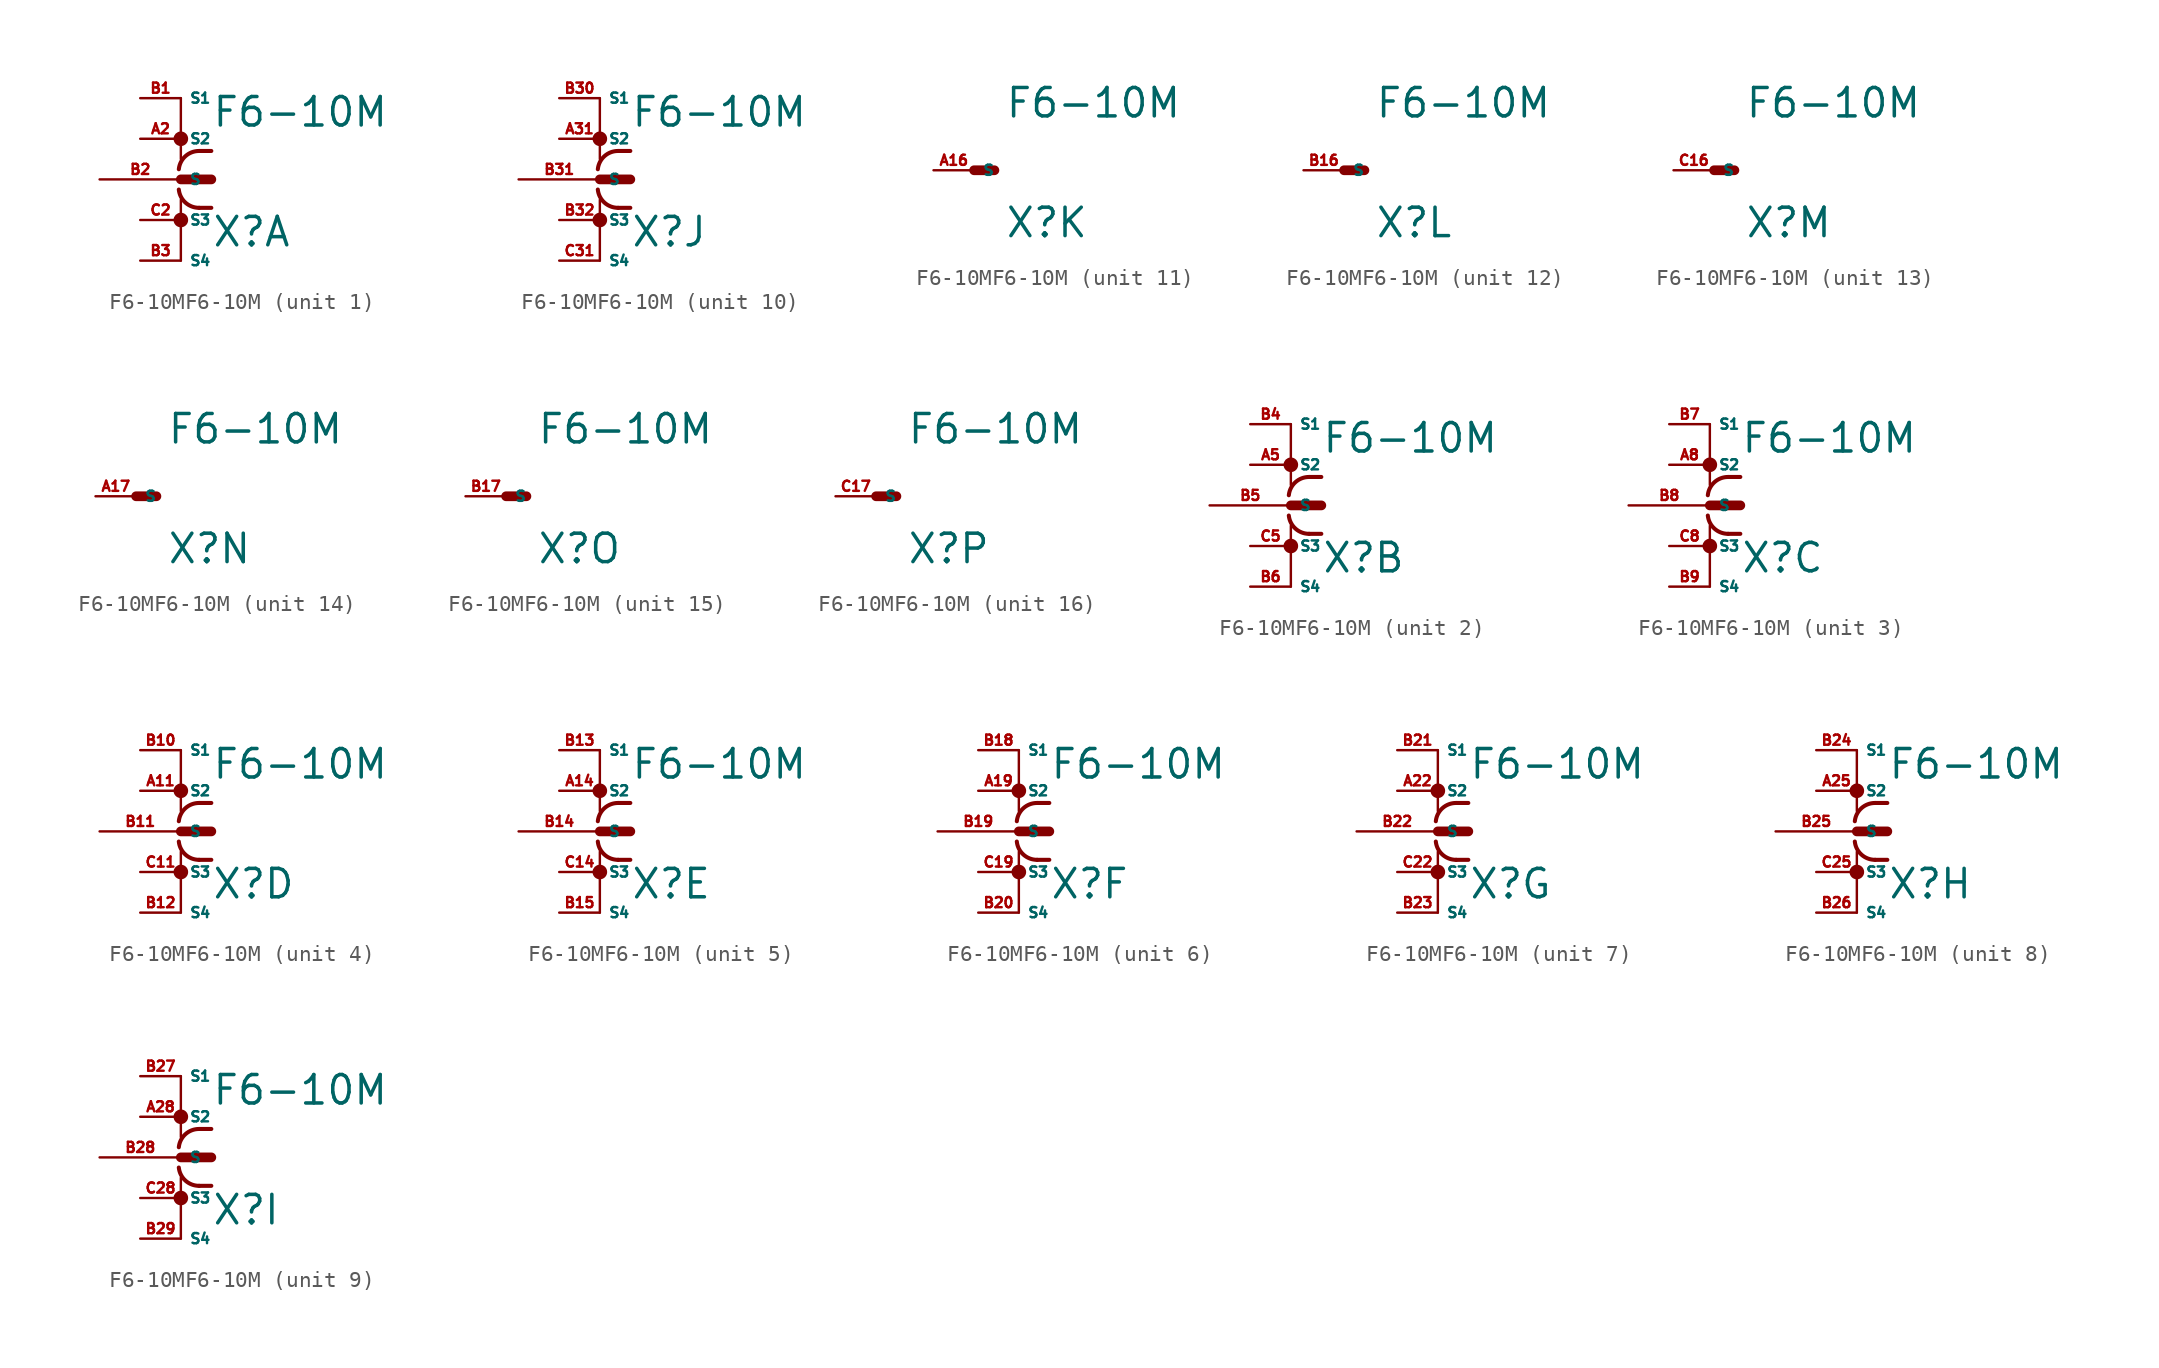
<source format=kicad_sym>
(kicad_symbol_lib
  (version 20220914)
  (generator Eagle2Kicad)
  (symbol "F6-10MF6-10M"
    (property "Reference" "X"
      (at 1.905 -4.318 0)
      (effects (font (size 1.778 1.778) (thickness 0.22)) (justify left bottom)))
    (property "Value" "F6-10M"
      (at 1.905 3.175 0)
      (effects (font (size 1.778 1.778) (thickness 0.22)) (justify left bottom)))
    (symbol "F6-10MF6-10M_1_0"
      (polyline (pts (xy 0 0) (xy 1.905 0)) (stroke (width 0.61) (type default)) (fill (type none)))
      (polyline (pts (xy 0 5.08) (xy 0 1.27)) (stroke (width 0.152) (type default)) (fill (type none)))
      (polyline (pts (xy 0 -5.08) (xy 0 -1.27)) (stroke (width 0.152) (type default)) (fill (type none)))
      (polyline (pts (xy 1.905 1.778) (xy 1.143 1.778)) (stroke (width 0.254) (type default)) (fill (type none)))
      (polyline (pts (xy 1.905 -1.778) (xy 1.143 -1.778)) (stroke (width 0.254) (type default)) (fill (type none)))
      (arc (start 1.143 1.778) (mid 0.287 1.452) (end -0.127 0.635) (stroke (width 0.254) (type default)) (fill (type none)))
      (arc (start -0.127 -0.635) (mid 0.287 -1.452) (end 1.143 -1.778) (stroke (width 0.254) (type default)) (fill (type none)))
      (circle (center 0 2.54) (radius 0.254) (stroke (width 0.406) (type default)) (fill (type none)))
      (circle (center 0 -2.54) (radius 0.254) (stroke (width 0.406) (type default)) (fill (type none)))
      (pin passive line (at -5.08 0 0) (length 5.08) (name "S" (effects (font (size 0.635 0.635) (thickness 0.08)) (justify left bottom))) (number "B2" (effects (font (size 0.635 0.635) (thickness 0.08)) (justify left bottom))))
      (pin passive line (at -2.54 5.08 0) (length 2.54) (name "S1" (effects (font (size 0.635 0.635) (thickness 0.08)) (justify left bottom))) (number "B1" (effects (font (size 0.635 0.635) (thickness 0.08)) (justify left bottom))))
      (pin passive line (at -2.54 2.54 0) (length 2.54) (name "S2" (effects (font (size 0.635 0.635) (thickness 0.08)) (justify left bottom))) (number "A2" (effects (font (size 0.635 0.635) (thickness 0.08)) (justify left bottom))))
      (pin passive line (at -2.54 -2.54 0) (length 2.54) (name "S3" (effects (font (size 0.635 0.635) (thickness 0.08)) (justify left bottom))) (number "C2" (effects (font (size 0.635 0.635) (thickness 0.08)) (justify left bottom))))
      (pin passive line (at -2.54 -5.08 0) (length 2.54) (name "S4" (effects (font (size 0.635 0.635) (thickness 0.08)) (justify left bottom))) (number "B3" (effects (font (size 0.635 0.635) (thickness 0.08)) (justify left bottom)))))
    (symbol "F6-10MF6-10M_2_0"
      (polyline (pts (xy 0 0) (xy 1.905 0)) (stroke (width 0.61) (type default)) (fill (type none)))
      (polyline (pts (xy 0 5.08) (xy 0 1.27)) (stroke (width 0.152) (type default)) (fill (type none)))
      (polyline (pts (xy 0 -5.08) (xy 0 -1.27)) (stroke (width 0.152) (type default)) (fill (type none)))
      (polyline (pts (xy 1.905 1.778) (xy 1.143 1.778)) (stroke (width 0.254) (type default)) (fill (type none)))
      (polyline (pts (xy 1.905 -1.778) (xy 1.143 -1.778)) (stroke (width 0.254) (type default)) (fill (type none)))
      (arc (start 1.143 1.778) (mid 0.287 1.452) (end -0.127 0.635) (stroke (width 0.254) (type default)) (fill (type none)))
      (arc (start -0.127 -0.635) (mid 0.287 -1.452) (end 1.143 -1.778) (stroke (width 0.254) (type default)) (fill (type none)))
      (circle (center 0 2.54) (radius 0.254) (stroke (width 0.406) (type default)) (fill (type none)))
      (circle (center 0 -2.54) (radius 0.254) (stroke (width 0.406) (type default)) (fill (type none)))
      (pin passive line (at -5.08 0 0) (length 5.08) (name "S" (effects (font (size 0.635 0.635) (thickness 0.08)) (justify left bottom))) (number "B5" (effects (font (size 0.635 0.635) (thickness 0.08)) (justify left bottom))))
      (pin passive line (at -2.54 5.08 0) (length 2.54) (name "S1" (effects (font (size 0.635 0.635) (thickness 0.08)) (justify left bottom))) (number "B4" (effects (font (size 0.635 0.635) (thickness 0.08)) (justify left bottom))))
      (pin passive line (at -2.54 2.54 0) (length 2.54) (name "S2" (effects (font (size 0.635 0.635) (thickness 0.08)) (justify left bottom))) (number "A5" (effects (font (size 0.635 0.635) (thickness 0.08)) (justify left bottom))))
      (pin passive line (at -2.54 -2.54 0) (length 2.54) (name "S3" (effects (font (size 0.635 0.635) (thickness 0.08)) (justify left bottom))) (number "C5" (effects (font (size 0.635 0.635) (thickness 0.08)) (justify left bottom))))
      (pin passive line (at -2.54 -5.08 0) (length 2.54) (name "S4" (effects (font (size 0.635 0.635) (thickness 0.08)) (justify left bottom))) (number "B6" (effects (font (size 0.635 0.635) (thickness 0.08)) (justify left bottom)))))
    (symbol "F6-10MF6-10M_3_0"
      (polyline (pts (xy 0 0) (xy 1.905 0)) (stroke (width 0.61) (type default)) (fill (type none)))
      (polyline (pts (xy 0 5.08) (xy 0 1.27)) (stroke (width 0.152) (type default)) (fill (type none)))
      (polyline (pts (xy 0 -5.08) (xy 0 -1.27)) (stroke (width 0.152) (type default)) (fill (type none)))
      (polyline (pts (xy 1.905 1.778) (xy 1.143 1.778)) (stroke (width 0.254) (type default)) (fill (type none)))
      (polyline (pts (xy 1.905 -1.778) (xy 1.143 -1.778)) (stroke (width 0.254) (type default)) (fill (type none)))
      (arc (start 1.143 1.778) (mid 0.287 1.452) (end -0.127 0.635) (stroke (width 0.254) (type default)) (fill (type none)))
      (arc (start -0.127 -0.635) (mid 0.287 -1.452) (end 1.143 -1.778) (stroke (width 0.254) (type default)) (fill (type none)))
      (circle (center 0 2.54) (radius 0.254) (stroke (width 0.406) (type default)) (fill (type none)))
      (circle (center 0 -2.54) (radius 0.254) (stroke (width 0.406) (type default)) (fill (type none)))
      (pin passive line (at -5.08 0 0) (length 5.08) (name "S" (effects (font (size 0.635 0.635) (thickness 0.08)) (justify left bottom))) (number "B8" (effects (font (size 0.635 0.635) (thickness 0.08)) (justify left bottom))))
      (pin passive line (at -2.54 5.08 0) (length 2.54) (name "S1" (effects (font (size 0.635 0.635) (thickness 0.08)) (justify left bottom))) (number "B7" (effects (font (size 0.635 0.635) (thickness 0.08)) (justify left bottom))))
      (pin passive line (at -2.54 2.54 0) (length 2.54) (name "S2" (effects (font (size 0.635 0.635) (thickness 0.08)) (justify left bottom))) (number "A8" (effects (font (size 0.635 0.635) (thickness 0.08)) (justify left bottom))))
      (pin passive line (at -2.54 -2.54 0) (length 2.54) (name "S3" (effects (font (size 0.635 0.635) (thickness 0.08)) (justify left bottom))) (number "C8" (effects (font (size 0.635 0.635) (thickness 0.08)) (justify left bottom))))
      (pin passive line (at -2.54 -5.08 0) (length 2.54) (name "S4" (effects (font (size 0.635 0.635) (thickness 0.08)) (justify left bottom))) (number "B9" (effects (font (size 0.635 0.635) (thickness 0.08)) (justify left bottom)))))
    (symbol "F6-10MF6-10M_4_0"
      (polyline (pts (xy 0 0) (xy 1.905 0)) (stroke (width 0.61) (type default)) (fill (type none)))
      (polyline (pts (xy 0 5.08) (xy 0 1.27)) (stroke (width 0.152) (type default)) (fill (type none)))
      (polyline (pts (xy 0 -5.08) (xy 0 -1.27)) (stroke (width 0.152) (type default)) (fill (type none)))
      (polyline (pts (xy 1.905 1.778) (xy 1.143 1.778)) (stroke (width 0.254) (type default)) (fill (type none)))
      (polyline (pts (xy 1.905 -1.778) (xy 1.143 -1.778)) (stroke (width 0.254) (type default)) (fill (type none)))
      (arc (start 1.143 1.778) (mid 0.287 1.452) (end -0.127 0.635) (stroke (width 0.254) (type default)) (fill (type none)))
      (arc (start -0.127 -0.635) (mid 0.287 -1.452) (end 1.143 -1.778) (stroke (width 0.254) (type default)) (fill (type none)))
      (circle (center 0 2.54) (radius 0.254) (stroke (width 0.406) (type default)) (fill (type none)))
      (circle (center 0 -2.54) (radius 0.254) (stroke (width 0.406) (type default)) (fill (type none)))
      (pin passive line (at -5.08 0 0) (length 5.08) (name "S" (effects (font (size 0.635 0.635) (thickness 0.08)) (justify left bottom))) (number "B11" (effects (font (size 0.635 0.635) (thickness 0.08)) (justify left bottom))))
      (pin passive line (at -2.54 5.08 0) (length 2.54) (name "S1" (effects (font (size 0.635 0.635) (thickness 0.08)) (justify left bottom))) (number "B10" (effects (font (size 0.635 0.635) (thickness 0.08)) (justify left bottom))))
      (pin passive line (at -2.54 2.54 0) (length 2.54) (name "S2" (effects (font (size 0.635 0.635) (thickness 0.08)) (justify left bottom))) (number "A11" (effects (font (size 0.635 0.635) (thickness 0.08)) (justify left bottom))))
      (pin passive line (at -2.54 -2.54 0) (length 2.54) (name "S3" (effects (font (size 0.635 0.635) (thickness 0.08)) (justify left bottom))) (number "C11" (effects (font (size 0.635 0.635) (thickness 0.08)) (justify left bottom))))
      (pin passive line (at -2.54 -5.08 0) (length 2.54) (name "S4" (effects (font (size 0.635 0.635) (thickness 0.08)) (justify left bottom))) (number "B12" (effects (font (size 0.635 0.635) (thickness 0.08)) (justify left bottom)))))
    (symbol "F6-10MF6-10M_5_0"
      (polyline (pts (xy 0 0) (xy 1.905 0)) (stroke (width 0.61) (type default)) (fill (type none)))
      (polyline (pts (xy 0 5.08) (xy 0 1.27)) (stroke (width 0.152) (type default)) (fill (type none)))
      (polyline (pts (xy 0 -5.08) (xy 0 -1.27)) (stroke (width 0.152) (type default)) (fill (type none)))
      (polyline (pts (xy 1.905 1.778) (xy 1.143 1.778)) (stroke (width 0.254) (type default)) (fill (type none)))
      (polyline (pts (xy 1.905 -1.778) (xy 1.143 -1.778)) (stroke (width 0.254) (type default)) (fill (type none)))
      (arc (start 1.143 1.778) (mid 0.287 1.452) (end -0.127 0.635) (stroke (width 0.254) (type default)) (fill (type none)))
      (arc (start -0.127 -0.635) (mid 0.287 -1.452) (end 1.143 -1.778) (stroke (width 0.254) (type default)) (fill (type none)))
      (circle (center 0 2.54) (radius 0.254) (stroke (width 0.406) (type default)) (fill (type none)))
      (circle (center 0 -2.54) (radius 0.254) (stroke (width 0.406) (type default)) (fill (type none)))
      (pin passive line (at -5.08 0 0) (length 5.08) (name "S" (effects (font (size 0.635 0.635) (thickness 0.08)) (justify left bottom))) (number "B14" (effects (font (size 0.635 0.635) (thickness 0.08)) (justify left bottom))))
      (pin passive line (at -2.54 5.08 0) (length 2.54) (name "S1" (effects (font (size 0.635 0.635) (thickness 0.08)) (justify left bottom))) (number "B13" (effects (font (size 0.635 0.635) (thickness 0.08)) (justify left bottom))))
      (pin passive line (at -2.54 2.54 0) (length 2.54) (name "S2" (effects (font (size 0.635 0.635) (thickness 0.08)) (justify left bottom))) (number "A14" (effects (font (size 0.635 0.635) (thickness 0.08)) (justify left bottom))))
      (pin passive line (at -2.54 -2.54 0) (length 2.54) (name "S3" (effects (font (size 0.635 0.635) (thickness 0.08)) (justify left bottom))) (number "C14" (effects (font (size 0.635 0.635) (thickness 0.08)) (justify left bottom))))
      (pin passive line (at -2.54 -5.08 0) (length 2.54) (name "S4" (effects (font (size 0.635 0.635) (thickness 0.08)) (justify left bottom))) (number "B15" (effects (font (size 0.635 0.635) (thickness 0.08)) (justify left bottom)))))
    (symbol "F6-10MF6-10M_6_0"
      (polyline (pts (xy 0 0) (xy 1.905 0)) (stroke (width 0.61) (type default)) (fill (type none)))
      (polyline (pts (xy 0 5.08) (xy 0 1.27)) (stroke (width 0.152) (type default)) (fill (type none)))
      (polyline (pts (xy 0 -5.08) (xy 0 -1.27)) (stroke (width 0.152) (type default)) (fill (type none)))
      (polyline (pts (xy 1.905 1.778) (xy 1.143 1.778)) (stroke (width 0.254) (type default)) (fill (type none)))
      (polyline (pts (xy 1.905 -1.778) (xy 1.143 -1.778)) (stroke (width 0.254) (type default)) (fill (type none)))
      (arc (start 1.143 1.778) (mid 0.287 1.452) (end -0.127 0.635) (stroke (width 0.254) (type default)) (fill (type none)))
      (arc (start -0.127 -0.635) (mid 0.287 -1.452) (end 1.143 -1.778) (stroke (width 0.254) (type default)) (fill (type none)))
      (circle (center 0 2.54) (radius 0.254) (stroke (width 0.406) (type default)) (fill (type none)))
      (circle (center 0 -2.54) (radius 0.254) (stroke (width 0.406) (type default)) (fill (type none)))
      (pin passive line (at -5.08 0 0) (length 5.08) (name "S" (effects (font (size 0.635 0.635) (thickness 0.08)) (justify left bottom))) (number "B19" (effects (font (size 0.635 0.635) (thickness 0.08)) (justify left bottom))))
      (pin passive line (at -2.54 5.08 0) (length 2.54) (name "S1" (effects (font (size 0.635 0.635) (thickness 0.08)) (justify left bottom))) (number "B18" (effects (font (size 0.635 0.635) (thickness 0.08)) (justify left bottom))))
      (pin passive line (at -2.54 2.54 0) (length 2.54) (name "S2" (effects (font (size 0.635 0.635) (thickness 0.08)) (justify left bottom))) (number "A19" (effects (font (size 0.635 0.635) (thickness 0.08)) (justify left bottom))))
      (pin passive line (at -2.54 -2.54 0) (length 2.54) (name "S3" (effects (font (size 0.635 0.635) (thickness 0.08)) (justify left bottom))) (number "C19" (effects (font (size 0.635 0.635) (thickness 0.08)) (justify left bottom))))
      (pin passive line (at -2.54 -5.08 0) (length 2.54) (name "S4" (effects (font (size 0.635 0.635) (thickness 0.08)) (justify left bottom))) (number "B20" (effects (font (size 0.635 0.635) (thickness 0.08)) (justify left bottom)))))
    (symbol "F6-10MF6-10M_7_0"
      (polyline (pts (xy 0 0) (xy 1.905 0)) (stroke (width 0.61) (type default)) (fill (type none)))
      (polyline (pts (xy 0 5.08) (xy 0 1.27)) (stroke (width 0.152) (type default)) (fill (type none)))
      (polyline (pts (xy 0 -5.08) (xy 0 -1.27)) (stroke (width 0.152) (type default)) (fill (type none)))
      (polyline (pts (xy 1.905 1.778) (xy 1.143 1.778)) (stroke (width 0.254) (type default)) (fill (type none)))
      (polyline (pts (xy 1.905 -1.778) (xy 1.143 -1.778)) (stroke (width 0.254) (type default)) (fill (type none)))
      (arc (start 1.143 1.778) (mid 0.287 1.452) (end -0.127 0.635) (stroke (width 0.254) (type default)) (fill (type none)))
      (arc (start -0.127 -0.635) (mid 0.287 -1.452) (end 1.143 -1.778) (stroke (width 0.254) (type default)) (fill (type none)))
      (circle (center 0 2.54) (radius 0.254) (stroke (width 0.406) (type default)) (fill (type none)))
      (circle (center 0 -2.54) (radius 0.254) (stroke (width 0.406) (type default)) (fill (type none)))
      (pin passive line (at -5.08 0 0) (length 5.08) (name "S" (effects (font (size 0.635 0.635) (thickness 0.08)) (justify left bottom))) (number "B22" (effects (font (size 0.635 0.635) (thickness 0.08)) (justify left bottom))))
      (pin passive line (at -2.54 5.08 0) (length 2.54) (name "S1" (effects (font (size 0.635 0.635) (thickness 0.08)) (justify left bottom))) (number "B21" (effects (font (size 0.635 0.635) (thickness 0.08)) (justify left bottom))))
      (pin passive line (at -2.54 2.54 0) (length 2.54) (name "S2" (effects (font (size 0.635 0.635) (thickness 0.08)) (justify left bottom))) (number "A22" (effects (font (size 0.635 0.635) (thickness 0.08)) (justify left bottom))))
      (pin passive line (at -2.54 -2.54 0) (length 2.54) (name "S3" (effects (font (size 0.635 0.635) (thickness 0.08)) (justify left bottom))) (number "C22" (effects (font (size 0.635 0.635) (thickness 0.08)) (justify left bottom))))
      (pin passive line (at -2.54 -5.08 0) (length 2.54) (name "S4" (effects (font (size 0.635 0.635) (thickness 0.08)) (justify left bottom))) (number "B23" (effects (font (size 0.635 0.635) (thickness 0.08)) (justify left bottom)))))
    (symbol "F6-10MF6-10M_8_0"
      (polyline (pts (xy 0 0) (xy 1.905 0)) (stroke (width 0.61) (type default)) (fill (type none)))
      (polyline (pts (xy 0 5.08) (xy 0 1.27)) (stroke (width 0.152) (type default)) (fill (type none)))
      (polyline (pts (xy 0 -5.08) (xy 0 -1.27)) (stroke (width 0.152) (type default)) (fill (type none)))
      (polyline (pts (xy 1.905 1.778) (xy 1.143 1.778)) (stroke (width 0.254) (type default)) (fill (type none)))
      (polyline (pts (xy 1.905 -1.778) (xy 1.143 -1.778)) (stroke (width 0.254) (type default)) (fill (type none)))
      (arc (start 1.143 1.778) (mid 0.287 1.452) (end -0.127 0.635) (stroke (width 0.254) (type default)) (fill (type none)))
      (arc (start -0.127 -0.635) (mid 0.287 -1.452) (end 1.143 -1.778) (stroke (width 0.254) (type default)) (fill (type none)))
      (circle (center 0 2.54) (radius 0.254) (stroke (width 0.406) (type default)) (fill (type none)))
      (circle (center 0 -2.54) (radius 0.254) (stroke (width 0.406) (type default)) (fill (type none)))
      (pin passive line (at -5.08 0 0) (length 5.08) (name "S" (effects (font (size 0.635 0.635) (thickness 0.08)) (justify left bottom))) (number "B25" (effects (font (size 0.635 0.635) (thickness 0.08)) (justify left bottom))))
      (pin passive line (at -2.54 5.08 0) (length 2.54) (name "S1" (effects (font (size 0.635 0.635) (thickness 0.08)) (justify left bottom))) (number "B24" (effects (font (size 0.635 0.635) (thickness 0.08)) (justify left bottom))))
      (pin passive line (at -2.54 2.54 0) (length 2.54) (name "S2" (effects (font (size 0.635 0.635) (thickness 0.08)) (justify left bottom))) (number "A25" (effects (font (size 0.635 0.635) (thickness 0.08)) (justify left bottom))))
      (pin passive line (at -2.54 -2.54 0) (length 2.54) (name "S3" (effects (font (size 0.635 0.635) (thickness 0.08)) (justify left bottom))) (number "C25" (effects (font (size 0.635 0.635) (thickness 0.08)) (justify left bottom))))
      (pin passive line (at -2.54 -5.08 0) (length 2.54) (name "S4" (effects (font (size 0.635 0.635) (thickness 0.08)) (justify left bottom))) (number "B26" (effects (font (size 0.635 0.635) (thickness 0.08)) (justify left bottom)))))
    (symbol "F6-10MF6-10M_9_0"
      (polyline (pts (xy 0 0) (xy 1.905 0)) (stroke (width 0.61) (type default)) (fill (type none)))
      (polyline (pts (xy 0 5.08) (xy 0 1.27)) (stroke (width 0.152) (type default)) (fill (type none)))
      (polyline (pts (xy 0 -5.08) (xy 0 -1.27)) (stroke (width 0.152) (type default)) (fill (type none)))
      (polyline (pts (xy 1.905 1.778) (xy 1.143 1.778)) (stroke (width 0.254) (type default)) (fill (type none)))
      (polyline (pts (xy 1.905 -1.778) (xy 1.143 -1.778)) (stroke (width 0.254) (type default)) (fill (type none)))
      (arc (start 1.143 1.778) (mid 0.287 1.452) (end -0.127 0.635) (stroke (width 0.254) (type default)) (fill (type none)))
      (arc (start -0.127 -0.635) (mid 0.287 -1.452) (end 1.143 -1.778) (stroke (width 0.254) (type default)) (fill (type none)))
      (circle (center 0 2.54) (radius 0.254) (stroke (width 0.406) (type default)) (fill (type none)))
      (circle (center 0 -2.54) (radius 0.254) (stroke (width 0.406) (type default)) (fill (type none)))
      (pin passive line (at -5.08 0 0) (length 5.08) (name "S" (effects (font (size 0.635 0.635) (thickness 0.08)) (justify left bottom))) (number "B28" (effects (font (size 0.635 0.635) (thickness 0.08)) (justify left bottom))))
      (pin passive line (at -2.54 5.08 0) (length 2.54) (name "S1" (effects (font (size 0.635 0.635) (thickness 0.08)) (justify left bottom))) (number "B27" (effects (font (size 0.635 0.635) (thickness 0.08)) (justify left bottom))))
      (pin passive line (at -2.54 2.54 0) (length 2.54) (name "S2" (effects (font (size 0.635 0.635) (thickness 0.08)) (justify left bottom))) (number "A28" (effects (font (size 0.635 0.635) (thickness 0.08)) (justify left bottom))))
      (pin passive line (at -2.54 -2.54 0) (length 2.54) (name "S3" (effects (font (size 0.635 0.635) (thickness 0.08)) (justify left bottom))) (number "C28" (effects (font (size 0.635 0.635) (thickness 0.08)) (justify left bottom))))
      (pin passive line (at -2.54 -5.08 0) (length 2.54) (name "S4" (effects (font (size 0.635 0.635) (thickness 0.08)) (justify left bottom))) (number "B29" (effects (font (size 0.635 0.635) (thickness 0.08)) (justify left bottom)))))
    (symbol "F6-10MF6-10M_10_0"
      (polyline (pts (xy 0 0) (xy 1.905 0)) (stroke (width 0.61) (type default)) (fill (type none)))
      (polyline (pts (xy 0 5.08) (xy 0 1.27)) (stroke (width 0.152) (type default)) (fill (type none)))
      (polyline (pts (xy 0 -5.08) (xy 0 -1.27)) (stroke (width 0.152) (type default)) (fill (type none)))
      (polyline (pts (xy 1.905 1.778) (xy 1.143 1.778)) (stroke (width 0.254) (type default)) (fill (type none)))
      (polyline (pts (xy 1.905 -1.778) (xy 1.143 -1.778)) (stroke (width 0.254) (type default)) (fill (type none)))
      (arc (start 1.143 1.778) (mid 0.287 1.452) (end -0.127 0.635) (stroke (width 0.254) (type default)) (fill (type none)))
      (arc (start -0.127 -0.635) (mid 0.287 -1.452) (end 1.143 -1.778) (stroke (width 0.254) (type default)) (fill (type none)))
      (circle (center 0 2.54) (radius 0.254) (stroke (width 0.406) (type default)) (fill (type none)))
      (circle (center 0 -2.54) (radius 0.254) (stroke (width 0.406) (type default)) (fill (type none)))
      (pin passive line (at -5.08 0 0) (length 5.08) (name "S" (effects (font (size 0.635 0.635) (thickness 0.08)) (justify left bottom))) (number "B31" (effects (font (size 0.635 0.635) (thickness 0.08)) (justify left bottom))))
      (pin passive line (at -2.54 5.08 0) (length 2.54) (name "S1" (effects (font (size 0.635 0.635) (thickness 0.08)) (justify left bottom))) (number "B30" (effects (font (size 0.635 0.635) (thickness 0.08)) (justify left bottom))))
      (pin passive line (at -2.54 2.54 0) (length 2.54) (name "S2" (effects (font (size 0.635 0.635) (thickness 0.08)) (justify left bottom))) (number "A31" (effects (font (size 0.635 0.635) (thickness 0.08)) (justify left bottom))))
      (pin passive line (at -2.54 -2.54 0) (length 2.54) (name "S3" (effects (font (size 0.635 0.635) (thickness 0.08)) (justify left bottom))) (number "B32" (effects (font (size 0.635 0.635) (thickness 0.08)) (justify left bottom))))
      (pin passive line (at -2.54 -5.08 0) (length 2.54) (name "S4" (effects (font (size 0.635 0.635) (thickness 0.08)) (justify left bottom))) (number "C31" (effects (font (size 0.635 0.635) (thickness 0.08)) (justify left bottom)))))
    (symbol "F6-10MF6-10M_11_0"
      (polyline (pts (xy 0 0) (xy 1.27 0)) (stroke (width 0.61) (type default)) (fill (type none)))
      (pin passive line (at -2.54 0 0) (length 2.54) (name "S" (effects (font (size 0.635 0.635) (thickness 0.08)) (justify left bottom))) (number "A16" (effects (font (size 0.635 0.635) (thickness 0.08)) (justify left bottom)))))
    (symbol "F6-10MF6-10M_12_0"
      (polyline (pts (xy 0 0) (xy 1.27 0)) (stroke (width 0.61) (type default)) (fill (type none)))
      (pin passive line (at -2.54 0 0) (length 2.54) (name "S" (effects (font (size 0.635 0.635) (thickness 0.08)) (justify left bottom))) (number "B16" (effects (font (size 0.635 0.635) (thickness 0.08)) (justify left bottom)))))
    (symbol "F6-10MF6-10M_13_0"
      (polyline (pts (xy 0 0) (xy 1.27 0)) (stroke (width 0.61) (type default)) (fill (type none)))
      (pin passive line (at -2.54 0 0) (length 2.54) (name "S" (effects (font (size 0.635 0.635) (thickness 0.08)) (justify left bottom))) (number "C16" (effects (font (size 0.635 0.635) (thickness 0.08)) (justify left bottom)))))
    (symbol "F6-10MF6-10M_14_0"
      (polyline (pts (xy 0 0) (xy 1.27 0)) (stroke (width 0.61) (type default)) (fill (type none)))
      (pin passive line (at -2.54 0 0) (length 2.54) (name "S" (effects (font (size 0.635 0.635) (thickness 0.08)) (justify left bottom))) (number "A17" (effects (font (size 0.635 0.635) (thickness 0.08)) (justify left bottom)))))
    (symbol "F6-10MF6-10M_15_0"
      (polyline (pts (xy 0 0) (xy 1.27 0)) (stroke (width 0.61) (type default)) (fill (type none)))
      (pin passive line (at -2.54 0 0) (length 2.54) (name "S" (effects (font (size 0.635 0.635) (thickness 0.08)) (justify left bottom))) (number "B17" (effects (font (size 0.635 0.635) (thickness 0.08)) (justify left bottom)))))
    (symbol "F6-10MF6-10M_16_0"
      (polyline (pts (xy 0 0) (xy 1.27 0)) (stroke (width 0.61) (type default)) (fill (type none)))
      (pin passive line (at -2.54 0 0) (length 2.54) (name "S" (effects (font (size 0.635 0.635) (thickness 0.08)) (justify left bottom))) (number "C17" (effects (font (size 0.635 0.635) (thickness 0.08)) (justify left bottom)))))))
</source>
